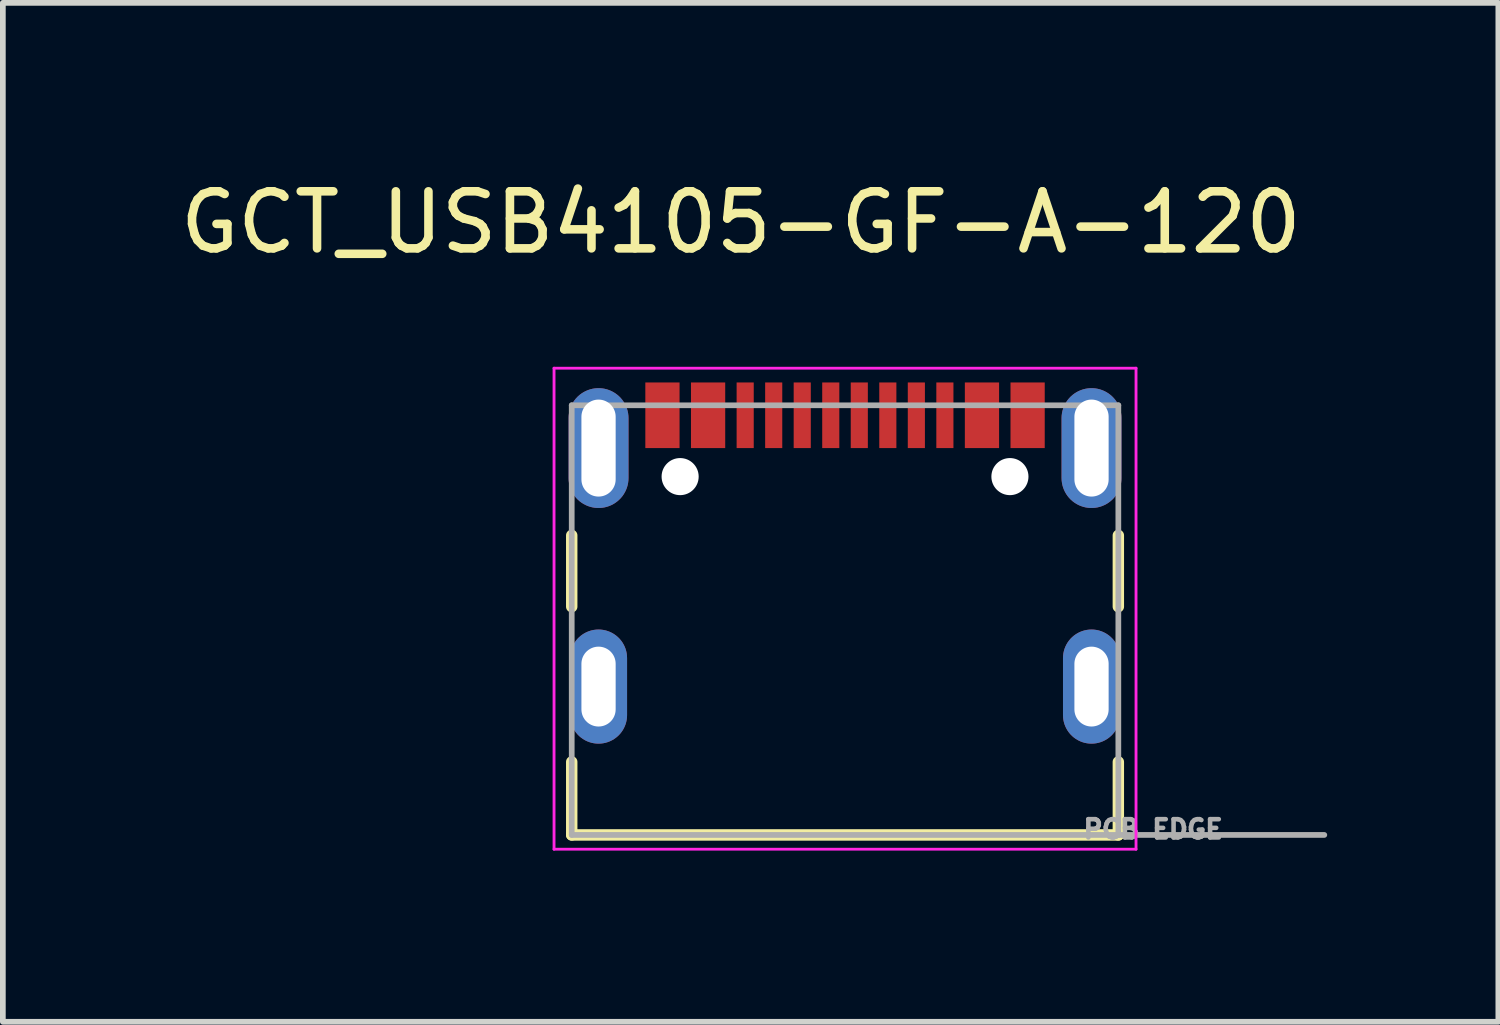
<source format=kicad_pcb>
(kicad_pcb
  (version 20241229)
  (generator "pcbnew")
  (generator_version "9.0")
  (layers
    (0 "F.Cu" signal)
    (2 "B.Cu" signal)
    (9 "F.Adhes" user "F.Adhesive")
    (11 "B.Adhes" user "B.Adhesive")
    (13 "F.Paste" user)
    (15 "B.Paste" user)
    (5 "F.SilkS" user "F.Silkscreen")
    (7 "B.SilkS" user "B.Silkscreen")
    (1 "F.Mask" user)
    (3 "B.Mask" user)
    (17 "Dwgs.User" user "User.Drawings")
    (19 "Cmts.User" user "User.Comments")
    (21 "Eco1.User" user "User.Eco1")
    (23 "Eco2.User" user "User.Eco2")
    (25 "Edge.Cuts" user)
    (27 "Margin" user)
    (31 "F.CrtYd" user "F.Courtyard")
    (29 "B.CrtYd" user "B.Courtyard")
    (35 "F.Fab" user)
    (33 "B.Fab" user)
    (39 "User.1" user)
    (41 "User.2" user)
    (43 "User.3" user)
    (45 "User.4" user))
  (footprint "GCT_USB4105-GF-A-120"
    (layer "F.Cu")
    (at 11.76 8.983)
    (property "Reference" "GCT_USB4105-GF-A-120" (at -1.825 -8.135 0) (layer "F.SilkS") (effects (font (size 1 1) (thickness 0.15))))
    (attr smd)
    (fp_line (start -4.79 -2.65) (end -4.79 -1.4) (stroke (width 0.2) (type solid)) (layer "F.SilkS"))
    (fp_line (start -4.79 1.32) (end -4.79 2.6) (stroke (width 0.2) (type solid)) (layer "F.SilkS"))
    (fp_line (start -4.79 2.6) (end 4.79 2.6) (stroke (width 0.2) (type solid)) (layer "F.SilkS"))
    (fp_line (start 4.79 -2.65) (end 4.79 -1.4) (stroke (width 0.2) (type solid)) (layer "F.SilkS"))
    (fp_line (start 4.79 2.6) (end 4.79 1.32) (stroke (width 0.2) (type solid)) (layer "F.SilkS"))
    (fp_line (start -5.1 -5.58) (end -5.1 2.85) (stroke (width 0.05) (type solid)) (layer "F.CrtYd"))
    (fp_line (start -5.1 2.85) (end 5.1 2.85) (stroke (width 0.05) (type solid)) (layer "F.CrtYd"))
    (fp_line (start 5.1 -5.58) (end -5.1 -5.58) (stroke (width 0.05) (type solid)) (layer "F.CrtYd"))
    (fp_line (start 5.1 2.85) (end 5.1 -5.58) (stroke (width 0.05) (type solid)) (layer "F.CrtYd"))
    (fp_line (start -4.79 -4.93) (end 4.79 -4.93) (stroke (width 0.1) (type solid)) (layer "F.Fab"))
    (fp_line (start -4.79 2.6) (end -4.79 -4.93) (stroke (width 0.1) (type solid)) (layer "F.Fab"))
    (fp_line (start 4.79 -4.93) (end 4.79 2.6) (stroke (width 0.1) (type solid)) (layer "F.Fab"))
    (fp_line (start 4.79 2.6) (end -4.79 2.6) (stroke (width 0.1) (type solid)) (layer "F.Fab"))
    (fp_line (start 4.8 2.6) (end 8.4 2.6) (stroke (width 0.1) (type solid)) (layer "F.Fab"))
    (fp_text user "PCB EDGE" (at 5.4 2.5 0) (layer "F.Fab") (effects (font (size 0.32 0.32) (thickness 0.08))))
    (pad "" np_thru_hole circle (at -2.89 -3.68) (size 0.65 0.65) (drill 0.65) (layers "*.Cu" "*.Mask"))
    (pad "" np_thru_hole circle (at 2.89 -3.68) (size 0.65 0.65) (drill 0.65) (layers "*.Cu" "*.Mask"))
    (pad "A1_B12" smd rect (at -3.2 -4.755) (size 0.6 1.15) (layers "F.Cu" "F.Mask" "F.Paste"))
    (pad "A4_B9" smd rect (at -2.4 -4.755) (size 0.6 1.15) (layers "F.Cu" "F.Mask" "F.Paste"))
    (pad "A5" smd rect (at -1.25 -4.755) (size 0.3 1.15) (layers "F.Cu" "F.Mask" "F.Paste"))
    (pad "A6" smd rect (at -0.25 -4.755) (size 0.3 1.15) (layers "F.Cu" "F.Mask" "F.Paste"))
    (pad "A7" smd rect (at 0.25 -4.755) (size 0.3 1.15) (layers "F.Cu" "F.Mask" "F.Paste"))
    (pad "A8" smd rect (at 1.25 -4.755) (size 0.3 1.15) (layers "F.Cu" "F.Mask" "F.Paste"))
    (pad "B1_A12" smd rect (at 3.2 -4.755) (size 0.6 1.15) (layers "F.Cu" "F.Mask" "F.Paste"))
    (pad "B4_A9" smd rect (at 2.4 -4.755) (size 0.6 1.15) (layers "F.Cu" "F.Mask" "F.Paste"))
    (pad "B5" smd rect (at 1.75 -4.755) (size 0.3 1.15) (layers "F.Cu" "F.Mask" "F.Paste"))
    (pad "B6" smd rect (at 0.75 -4.755) (size 0.3 1.15) (layers "F.Cu" "F.Mask" "F.Paste"))
    (pad "B7" smd rect (at -0.75 -4.755) (size 0.3 1.15) (layers "F.Cu" "F.Mask" "F.Paste"))
    (pad "B8" smd rect (at -1.75 -4.755) (size 0.3 1.15) (layers "F.Cu" "F.Mask" "F.Paste"))
    (pad "S1" thru_hole oval (at -4.32 -4.18) (size 1.05 2.1) (drill oval 0.6 1.7) (layers "*.Cu" "*.Mask"))
    (pad "S2" thru_hole oval (at -4.32 0) (size 1 2) (drill oval 0.6 1.4) (layers "*.Cu" "*.Mask"))
    (pad "S3" thru_hole oval (at 4.32 0) (size 1 2) (drill oval 0.6 1.4) (layers "*.Cu" "*.Mask"))
    (pad "S4" thru_hole oval (at 4.32 -4.18) (size 1.05 2.1) (drill oval 0.6 1.7) (layers "*.Cu" "*.Mask")))
  (gr_rect
    (start -3 -3)
    (end 23.21 14.858)
    (stroke (width 0.1) (type default))
    (fill no)
    (layer "Edge.Cuts")))
</source>
